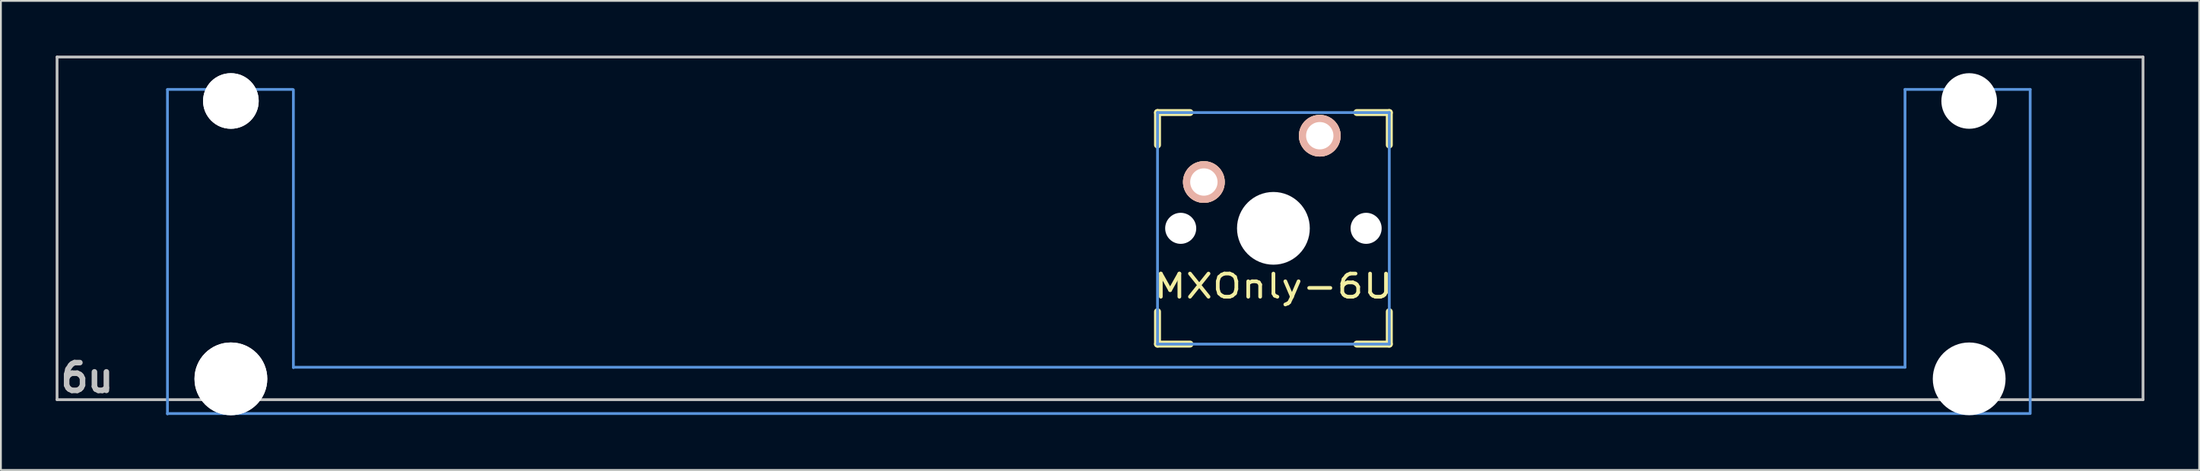
<source format=kicad_pcb>
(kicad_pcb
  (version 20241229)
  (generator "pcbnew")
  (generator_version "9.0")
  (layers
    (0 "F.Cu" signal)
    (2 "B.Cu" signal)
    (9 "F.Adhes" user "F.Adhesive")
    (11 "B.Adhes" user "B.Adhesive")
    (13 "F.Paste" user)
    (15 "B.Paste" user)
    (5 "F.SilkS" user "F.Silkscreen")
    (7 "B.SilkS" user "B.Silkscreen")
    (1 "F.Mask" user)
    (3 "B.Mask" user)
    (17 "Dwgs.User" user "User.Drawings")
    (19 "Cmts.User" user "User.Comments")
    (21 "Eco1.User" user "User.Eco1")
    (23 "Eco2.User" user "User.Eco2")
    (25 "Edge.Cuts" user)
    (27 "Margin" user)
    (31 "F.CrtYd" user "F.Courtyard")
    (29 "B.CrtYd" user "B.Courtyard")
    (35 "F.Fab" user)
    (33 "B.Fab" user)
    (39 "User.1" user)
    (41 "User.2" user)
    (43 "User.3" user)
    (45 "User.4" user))
  (footprint "MXOnly-6U"
    (layer "F.Cu")
    (at 57.226 9.474)
    (property "Reference" "MXOnly-6U" (at 9.5 3.175 0) (layer "F.SilkS") (effects (font (size 1.27 1.524) (thickness 0.203))))
    (attr through_hole)
    (fp_line (start 3.15 -6.35) (end 4.928 -6.35) (stroke (width 0.381) (type solid)) (layer "F.SilkS"))
    (fp_line (start 3.15 -4.572) (end 3.15 -6.35) (stroke (width 0.381) (type solid)) (layer "F.SilkS"))
    (fp_line (start 3.15 6.35) (end 3.15 4.572) (stroke (width 0.381) (type solid)) (layer "F.SilkS"))
    (fp_line (start 4.928 6.35) (end 3.15 6.35) (stroke (width 0.381) (type solid)) (layer "F.SilkS"))
    (fp_line (start 14.072 -6.35) (end 15.85 -6.35) (stroke (width 0.381) (type solid)) (layer "F.SilkS"))
    (fp_line (start 15.85 -6.35) (end 15.85 -4.572) (stroke (width 0.381) (type solid)) (layer "F.SilkS"))
    (fp_line (start 15.85 4.572) (end 15.85 6.35) (stroke (width 0.381) (type solid)) (layer "F.SilkS"))
    (fp_line (start 15.85 6.35) (end 14.072 6.35) (stroke (width 0.381) (type solid)) (layer "F.SilkS"))
    (fp_line (start -57.15 -9.398) (end 57.15 -9.398) (stroke (width 0.152) (type solid)) (layer "Dwgs.User"))
    (fp_line (start -57.15 9.398) (end -57.15 -9.398) (stroke (width 0.152) (type solid)) (layer "Dwgs.User"))
    (fp_line (start 57.15 -9.398) (end 57.15 9.398) (stroke (width 0.152) (type solid)) (layer "Dwgs.User"))
    (fp_line (start 57.15 9.398) (end -57.15 9.398) (stroke (width 0.152) (type solid)) (layer "Dwgs.User"))
    (fp_line (start -51.1 -7.6) (end -51.1 10.18) (stroke (width 0.152) (type solid)) (layer "Cmts.User"))
    (fp_line (start -51.1 10.16) (end 50.9 10.16) (stroke (width 0.152) (type solid)) (layer "Cmts.User"))
    (fp_line (start -44.242 -7.62) (end -51.1 -7.62) (stroke (width 0.152) (type solid)) (layer "Cmts.User"))
    (fp_line (start -44.2 7.64) (end -44.2 -7.6) (stroke (width 0.152) (type solid)) (layer "Cmts.User"))
    (fp_line (start 3.15 -6.35) (end 15.85 -6.35) (stroke (width 0.152) (type solid)) (layer "Cmts.User"))
    (fp_line (start 3.15 6.35) (end 3.15 -6.35) (stroke (width 0.152) (type solid)) (layer "Cmts.User"))
    (fp_line (start 15.85 -6.35) (end 15.85 6.35) (stroke (width 0.152) (type solid)) (layer "Cmts.User"))
    (fp_line (start 15.85 6.35) (end 3.15 6.35) (stroke (width 0.152) (type solid)) (layer "Cmts.User"))
    (fp_line (start 44.109 -7.62) (end 44.109 7.62) (stroke (width 0.152) (type solid)) (layer "Cmts.User"))
    (fp_line (start 44.109 7.62) (end -44.2 7.62) (stroke (width 0.152) (type solid)) (layer "Cmts.User"))
    (fp_line (start 50.967 -7.62) (end 44.109 -7.62) (stroke (width 0.152) (type solid)) (layer "Cmts.User"))
    (fp_line (start 50.967 10.16) (end 50.967 -7.62) (stroke (width 0.152) (type solid)) (layer "Cmts.User"))
    (fp_line (start -51.844 -2.286) (end -50.98 -2.286) (stroke (width 0.152) (type solid)) (layer "Eco2.User"))
    (fp_line (start -51.844 0.508) (end -51.844 -2.286) (stroke (width 0.152) (type solid)) (layer "Eco2.User"))
    (fp_line (start -50.98 -5.69) (end -44.326 -5.69) (stroke (width 0.152) (type solid)) (layer "Eco2.User"))
    (fp_line (start -50.98 -2.286) (end -50.98 -5.69) (stroke (width 0.152) (type solid)) (layer "Eco2.User"))
    (fp_line (start -50.98 0.508) (end -51.844 0.508) (stroke (width 0.152) (type solid)) (layer "Eco2.User"))
    (fp_line (start -50.98 6.604) (end -50.98 0.508) (stroke (width 0.152) (type solid)) (layer "Eco2.User"))
    (fp_line (start -49.939 6.604) (end -50.98 6.604) (stroke (width 0.152) (type solid)) (layer "Eco2.User"))
    (fp_line (start -49.939 7.772) (end -49.939 6.604) (stroke (width 0.152) (type solid)) (layer "Eco2.User"))
    (fp_line (start -45.367 6.604) (end -45.367 7.772) (stroke (width 0.152) (type solid)) (layer "Eco2.User"))
    (fp_line (start -45.367 7.772) (end -49.939 7.772) (stroke (width 0.152) (type solid)) (layer "Eco2.User"))
    (fp_line (start -44.326 -5.69) (end -44.326 -2.286) (stroke (width 0.152) (type solid)) (layer "Eco2.User"))
    (fp_line (start -44.326 2.286) (end -44.326 6.604) (stroke (width 0.152) (type solid)) (layer "Eco2.User"))
    (fp_line (start -44.326 6.604) (end -45.367 6.604) (stroke (width 0.152) (type solid)) (layer "Eco2.User"))
    (fp_line (start -44.3 -2.286) (end 2.5 -2.286) (stroke (width 0.152) (type solid)) (layer "Eco2.User"))
    (fp_line (start 2.5 2.286) (end -44.3 2.286) (stroke (width 0.152) (type solid)) (layer "Eco2.User"))
    (fp_line (start 2.5 6.985) (end 2.5 2.286) (stroke (width 0.152) (type solid)) (layer "Eco2.User"))
    (fp_line (start 2.53 -7) (end 16.5 -7) (stroke (width 0.152) (type solid)) (layer "Eco2.User"))
    (fp_line (start 2.53 -2.301) (end 2.53 -7) (stroke (width 0.152) (type solid)) (layer "Eco2.User"))
    (fp_line (start 16.5 -6.985) (end 16.5 -2.286) (stroke (width 0.152) (type solid)) (layer "Eco2.User"))
    (fp_line (start 16.5 -2.286) (end 44.2 -2.286) (stroke (width 0.152) (type solid)) (layer "Eco2.User"))
    (fp_line (start 16.5 2.286) (end 16.5 6.985) (stroke (width 0.152) (type solid)) (layer "Eco2.User"))
    (fp_line (start 16.5 7) (end 2.53 7) (stroke (width 0.152) (type solid)) (layer "Eco2.User"))
    (fp_line (start 44.2 2.286) (end 16.5 2.286) (stroke (width 0.152) (type solid)) (layer "Eco2.User"))
    (fp_line (start 44.211 -5.69) (end 50.865 -5.69) (stroke (width 0.152) (type solid)) (layer "Eco2.User"))
    (fp_line (start 44.211 -2.286) (end 44.211 -5.69) (stroke (width 0.152) (type solid)) (layer "Eco2.User"))
    (fp_line (start 44.211 6.604) (end 44.211 2.286) (stroke (width 0.152) (type solid)) (layer "Eco2.User"))
    (fp_line (start 45.252 6.604) (end 44.211 6.604) (stroke (width 0.152) (type solid)) (layer "Eco2.User"))
    (fp_line (start 45.252 7.772) (end 45.252 6.604) (stroke (width 0.152) (type solid)) (layer "Eco2.User"))
    (fp_line (start 49.824 6.604) (end 49.824 7.772) (stroke (width 0.152) (type solid)) (layer "Eco2.User"))
    (fp_line (start 49.824 7.772) (end 45.252 7.772) (stroke (width 0.152) (type solid)) (layer "Eco2.User"))
    (fp_line (start 50.865 -5.69) (end 50.865 -2.286) (stroke (width 0.152) (type solid)) (layer "Eco2.User"))
    (fp_line (start 50.865 -2.286) (end 51.729 -2.286) (stroke (width 0.152) (type solid)) (layer "Eco2.User"))
    (fp_line (start 50.865 0.508) (end 50.865 6.604) (stroke (width 0.152) (type solid)) (layer "Eco2.User"))
    (fp_line (start 50.865 6.604) (end 49.824 6.604) (stroke (width 0.152) (type solid)) (layer "Eco2.User"))
    (fp_line (start 51.729 -2.286) (end 51.729 0.508) (stroke (width 0.152) (type solid)) (layer "Eco2.User"))
    (fp_line (start 51.729 0.508) (end 50.865 0.508) (stroke (width 0.152) (type solid)) (layer "Eco2.User"))
    (fp_text user "6u" (at -55.5 8.2 0) (layer "Dwgs.User") (effects (font (size 1.524 1.524) (thickness 0.305))))
    (pad "" np_thru_hole circle (at -47.625 -6.985) (size 3.048 3.048) (drill 3.048) (layers "*.Cu" "*.Mask"))
    (pad "" np_thru_hole circle (at -47.625 -6.985) (size 3.048 3.048) (drill 3.048) (layers "*.Cu"))
    (pad "" np_thru_hole circle (at -47.625 8.255) (size 3.988 3.988) (drill 3.988) (layers "*.Cu" "*.Mask"))
    (pad "" np_thru_hole circle (at -47.625 8.255) (size 3.988 3.988) (drill 3.988) (layers "*.Cu"))
    (pad "" np_thru_hole circle (at 4.42 0) (size 1.702 1.702) (drill 1.702) (layers "*.Cu"))
    (pad "" np_thru_hole circle (at 9.5 0) (size 3.988 3.988) (drill 3.988) (layers "*.Cu"))
    (pad "" np_thru_hole circle (at 14.58 0) (size 1.702 1.702) (drill 1.702) (layers "*.Cu"))
    (pad "" np_thru_hole circle (at 47.625 -6.985) (size 3.048 3.048) (drill 3.048) (layers "*.Cu"))
    (pad "" np_thru_hole circle (at 47.625 8.255) (size 3.988 3.988) (drill 3.988) (layers "*.Cu"))
    (pad "1" thru_hole circle (at 12.04 -5.08) (size 2.286 2.286) (drill 1.499) (layers "*.Cu" "*.SilkS" "*.Mask"))
    (pad "2" thru_hole circle (at 5.69 -2.54) (size 2.286 2.286) (drill 1.499) (layers "*.Cu" "*.SilkS" "*.Mask")))
  (gr_rect
    (start -3 -3)
    (end 117.452 22.73)
    (stroke (width 0.1) (type default))
    (fill no)
    (layer "Edge.Cuts")))
</source>
